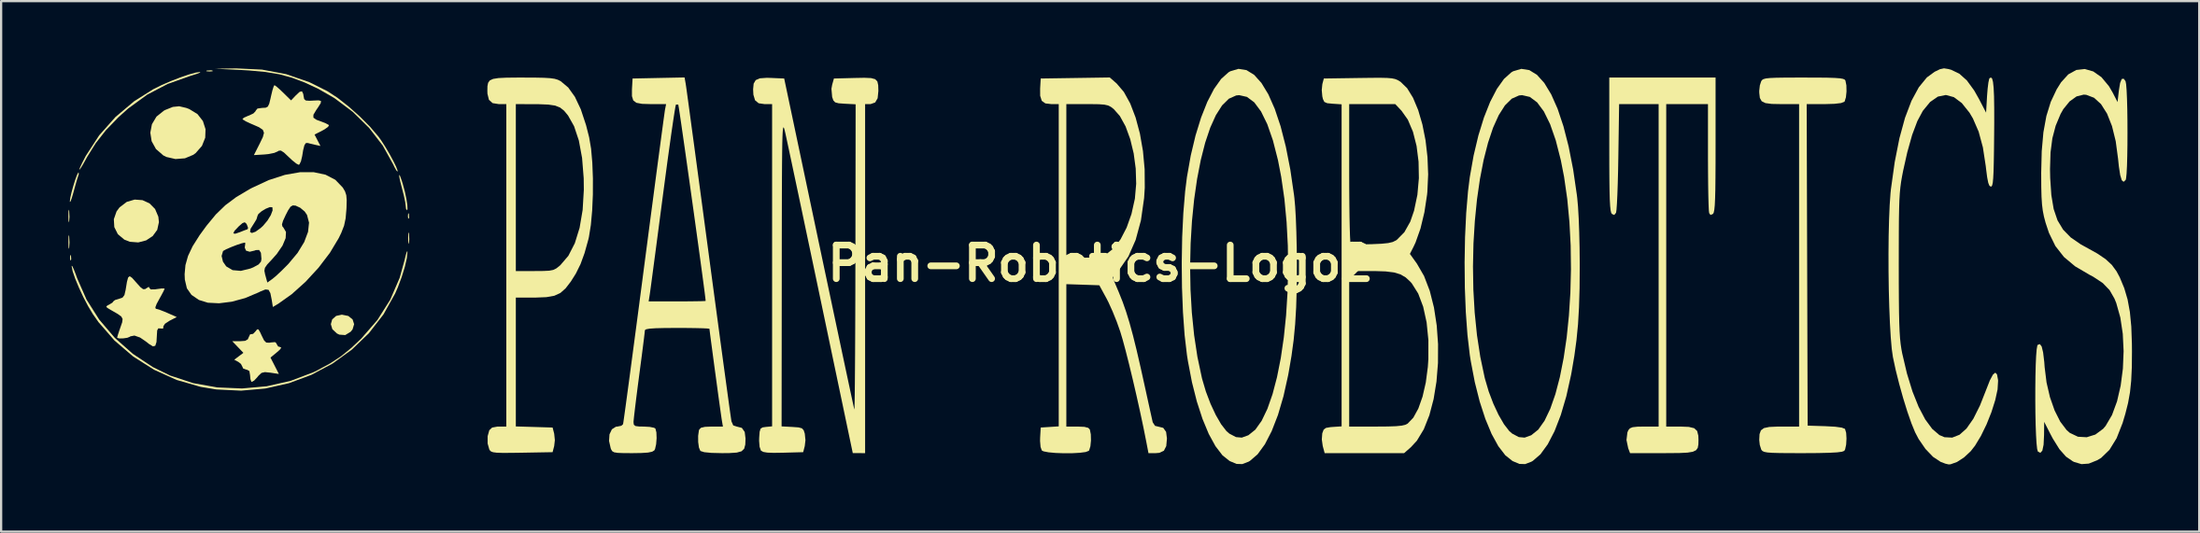
<source format=kicad_pcb>
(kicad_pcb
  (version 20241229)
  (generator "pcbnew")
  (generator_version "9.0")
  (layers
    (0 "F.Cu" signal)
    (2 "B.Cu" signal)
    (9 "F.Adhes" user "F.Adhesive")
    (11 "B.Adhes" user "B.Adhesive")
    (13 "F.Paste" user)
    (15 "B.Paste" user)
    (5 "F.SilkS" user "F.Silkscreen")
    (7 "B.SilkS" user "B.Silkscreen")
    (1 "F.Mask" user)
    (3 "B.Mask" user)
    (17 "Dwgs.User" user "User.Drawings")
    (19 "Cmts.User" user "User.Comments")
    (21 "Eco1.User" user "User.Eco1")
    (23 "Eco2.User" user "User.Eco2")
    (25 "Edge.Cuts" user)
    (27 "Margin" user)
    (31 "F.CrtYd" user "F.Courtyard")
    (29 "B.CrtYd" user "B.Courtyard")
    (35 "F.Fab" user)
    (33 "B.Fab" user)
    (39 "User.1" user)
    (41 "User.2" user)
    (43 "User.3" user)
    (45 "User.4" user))
  (footprint "Pan-Robotics-Logo2"
    (layer "F.Cu")
    (at 46.033 8.709)
    (property "Reference" "Pan-Robotics-Logo2" (at 0 0 0) (layer "F.SilkS") (effects (font (size 1.5 1.5) (thickness 0.3))))
    (attr board_only exclude_from_pos_files exclude_from_bom)
    (fp_poly (pts (xy -45.918 -0.36) (xy -45.907 -0.186) (xy -45.918 -0.148) (xy -45.949 -0.138) (xy -45.961 -0.254) (xy -45.947 -0.374)) (stroke (width 0) (type solid)) (fill yes) (layer "F.SilkS"))
    (fp_poly (pts (xy -30.847 -2.223) (xy -30.836 -2.049) (xy -30.847 -2.011) (xy -30.878 -2) (xy -30.89 -2.117) (xy -30.877 -2.237)) (stroke (width 0) (type solid)) (fill yes) (layer "F.SilkS"))
    (fp_poly (pts (xy -45.998 -2.349) (xy -45.984 -2.076) (xy -45.998 -1.884) (xy -46.016 -1.831) (xy -46.029 -1.927) (xy -46.033 -2.117) (xy -46.028 -2.326) (xy -46.014 -2.404)) (stroke (width 0) (type solid)) (fill yes) (layer "F.SilkS"))
    (fp_poly (pts (xy -39.601 -8.607) (xy -39.598 -8.579) (xy -39.731 -8.568) (xy -39.751 -8.568) (xy -39.882 -8.58) (xy -39.87 -8.606) (xy -39.855 -8.61) (xy -39.671 -8.622)) (stroke (width 0) (type solid)) (fill yes) (layer "F.SilkS"))
    (fp_poly (pts (xy -30.843 -1.332) (xy -30.829 -1.082) (xy -30.844 -0.909) (xy -30.864 -0.875) (xy -30.876 -0.986) (xy -30.879 -1.143) (xy -30.873 -1.335) (xy -30.858 -1.391)) (stroke (width 0) (type solid)) (fill yes) (layer "F.SilkS"))
    (fp_poly (pts (xy -45.998 -1.207) (xy -45.997 -1.205) (xy -45.983 -0.929) (xy -45.998 -0.697) (xy -46.016 -0.65) (xy -46.028 -0.751) (xy -46.032 -0.974) (xy -46.027 -1.191) (xy -46.015 -1.275)) (stroke (width 0) (type solid)) (fill yes) (layer "F.SilkS"))
    (fp_poly (pts (xy -33.546 2.345) (xy -33.357 2.499) (xy -33.289 2.711) (xy -33.359 2.944) (xy -33.443 3.048) (xy -33.685 3.197) (xy -33.948 3.178) (xy -34.056 3.126) (xy -34.261 2.934) (xy -34.327 2.71) (xy -34.267 2.497) (xy -34.092 2.342) (xy -33.836 2.286)) (stroke (width 0) (type solid)) (fill yes) (layer "F.SilkS"))
    (fp_poly (pts (xy -45.567 -4) (xy -45.591 -3.916) (xy -45.642 -3.763) (xy -45.718 -3.501) (xy -45.804 -3.187) (xy -45.807 -3.175) (xy -45.882 -2.917) (xy -45.939 -2.765) (xy -45.968 -2.747) (xy -45.969 -2.764) (xy -45.949 -2.925) (xy -45.893 -3.17) (xy -45.815 -3.453) (xy -45.73 -3.727) (xy -45.65 -3.944) (xy -45.592 -4.057) (xy -45.581 -4.064)) (stroke (width 0) (type solid)) (fill yes) (layer "F.SilkS"))
    (fp_poly (pts (xy -31.239 -3.902) (xy -31.164 -3.693) (xy -31.118 -3.543) (xy -31.027 -3.206) (xy -30.958 -2.882) (xy -30.917 -2.608) (xy -30.91 -2.425) (xy -30.934 -2.371) (xy -30.976 -2.443) (xy -30.988 -2.563) (xy -31.01 -2.739) (xy -31.068 -3.018) (xy -31.15 -3.34) (xy -31.151 -3.345) (xy -31.235 -3.671) (xy -31.277 -3.88) (xy -31.277 -3.96)) (stroke (width 0) (type solid)) (fill yes) (layer "F.SilkS"))
    (fp_poly (pts (xy -42.728 -2.825) (xy -42.413 -2.681) (xy -42.167 -2.431) (xy -42.021 -2.088) (xy -41.995 -1.843) (xy -42.07 -1.5) (xy -42.272 -1.223) (xy -42.566 -1.029) (xy -42.917 -0.938) (xy -43.29 -0.967) (xy -43.539 -1.064) (xy -43.827 -1.306) (xy -43.985 -1.622) (xy -44.006 -1.974) (xy -43.885 -2.322) (xy -43.752 -2.502) (xy -43.429 -2.748) (xy -43.077 -2.851)) (stroke (width 0) (type solid)) (fill yes) (layer "F.SilkS"))
    (fp_poly (pts (xy -40.779 -6.943) (xy -40.641 -6.891) (xy -40.275 -6.666) (xy -40.033 -6.356) (xy -39.917 -5.994) (xy -39.93 -5.612) (xy -40.076 -5.246) (xy -40.357 -4.926) (xy -40.462 -4.849) (xy -40.835 -4.693) (xy -41.257 -4.66) (xy -41.662 -4.753) (xy -41.8 -4.822) (xy -42.127 -5.107) (xy -42.32 -5.457) (xy -42.379 -5.837) (xy -42.307 -6.214) (xy -42.105 -6.553) (xy -41.774 -6.819) (xy -41.709 -6.853) (xy -41.374 -6.987) (xy -41.091 -7.016)) (stroke (width 0) (type solid)) (fill yes) (layer "F.SilkS"))
    (fp_poly (pts (xy -40.157 -8.522) (xy -40.29 -8.467) (xy -40.532 -8.389) (xy -40.589 -8.373) (xy -41.603 -8.013) (xy -42.518 -7.534) (xy -43.366 -6.916) (xy -43.802 -6.525) (xy -44.359 -5.947) (xy -44.809 -5.375) (xy -45.202 -4.745) (xy -45.267 -4.625) (xy -45.404 -4.382) (xy -45.504 -4.223) (xy -45.548 -4.18) (xy -45.549 -4.184) (xy -45.511 -4.291) (xy -45.411 -4.503) (xy -45.269 -4.777) (xy -45.245 -4.819) (xy -44.658 -5.72) (xy -43.936 -6.534) (xy -43.101 -7.239) (xy -42.249 -7.776) (xy -41.881 -7.958) (xy -41.466 -8.138) (xy -41.046 -8.302) (xy -40.659 -8.434) (xy -40.347 -8.52) (xy -40.159 -8.545)) (stroke (width 0) (type solid)) (fill yes) (layer "F.SilkS"))
    (fp_poly (pts (xy -37.4 -8.652) (xy -36.32 -8.449) (xy -35.29 -8.093) (xy -34.482 -7.69) (xy -34.031 -7.395) (xy -33.535 -7.005) (xy -33.037 -6.561) (xy -32.581 -6.103) (xy -32.211 -5.671) (xy -32.092 -5.507) (xy -31.899 -5.207) (xy -31.71 -4.886) (xy -31.544 -4.579) (xy -31.418 -4.322) (xy -31.352 -4.149) (xy -31.35 -4.097) (xy -31.401 -4.145) (xy -31.492 -4.307) (xy -31.546 -4.421) (xy -32.01 -5.258) (xy -32.618 -6.047) (xy -33.346 -6.763) (xy -34.171 -7.382) (xy -34.882 -7.791) (xy -35.496 -8.078) (xy -36.064 -8.292) (xy -36.633 -8.445) (xy -37.254 -8.548) (xy -37.973 -8.614) (xy -38.312 -8.634) (xy -39.497 -8.692) (xy -38.552 -8.707)) (stroke (width 0) (type solid)) (fill yes) (layer "F.SilkS"))
    (fp_poly (pts (xy -37.555 2.945) (xy -37.481 3.07) (xy -37.412 3.22) (xy -37.304 3.437) (xy -37.207 3.532) (xy -37.073 3.539) (xy -36.999 3.526) (xy -36.813 3.511) (xy -36.747 3.575) (xy -36.745 3.6) (xy -36.676 3.707) (xy -36.597 3.728) (xy -36.537 3.757) (xy -36.603 3.851) (xy -36.734 3.966) (xy -37.019 4.202) (xy -36.832 4.567) (xy -36.646 4.932) (xy -37.025 4.875) (xy -37.269 4.85) (xy -37.42 4.886) (xy -37.551 5.008) (xy -37.608 5.079) (xy -37.75 5.23) (xy -37.854 5.287) (xy -37.871 5.28) (xy -37.915 5.16) (xy -37.931 4.981) (xy -37.961 4.802) (xy -38.071 4.742) (xy -38.1 4.741) (xy -38.237 4.69) (xy -38.269 4.617) (xy -38.337 4.485) (xy -38.452 4.395) (xy -38.636 4.297) (xy -38.432 4.143) (xy -38.228 3.99) (xy -38.476 3.73) (xy -38.724 3.471) (xy -38.38 3.471) (xy -38.148 3.454) (xy -38.031 3.387) (xy -37.986 3.285) (xy -37.928 3.163) (xy -37.878 3.157) (xy -37.793 3.142) (xy -37.695 3.04) (xy -37.616 2.942)) (stroke (width 0) (type solid)) (fill yes) (layer "F.SilkS"))
    (fp_poly (pts (xy -30.91 -0.52) (xy -30.938 -0.236) (xy -31.028 0.154) (xy -31.167 0.604) (xy -31.34 1.067) (xy -31.459 1.341) (xy -31.981 2.276) (xy -32.631 3.114) (xy -33.393 3.848) (xy -34.252 4.469) (xy -35.191 4.97) (xy -36.194 5.344) (xy -37.247 5.582) (xy -38.332 5.678) (xy -39.435 5.624) (xy -40.132 5.509) (xy -41.203 5.2) (xy -42.213 4.744) (xy -43.142 4.155) (xy -43.974 3.443) (xy -44.689 2.622) (xy -44.943 2.258) (xy -45.155 1.904) (xy -45.368 1.498) (xy -45.564 1.077) (xy -45.728 0.682) (xy -45.842 0.351) (xy -45.888 0.123) (xy -45.888 0.109) (xy -45.863 0.113) (xy -45.796 0.252) (xy -45.7 0.499) (xy -45.644 0.656) (xy -45.224 1.612) (xy -44.658 2.506) (xy -43.965 3.319) (xy -43.162 4.032) (xy -42.268 4.625) (xy -41.494 5.004) (xy -40.47 5.342) (xy -39.392 5.534) (xy -38.288 5.58) (xy -37.187 5.482) (xy -36.119 5.241) (xy -35.11 4.858) (xy -34.944 4.778) (xy -34.361 4.463) (xy -33.87 4.141) (xy -33.406 3.764) (xy -32.968 3.35) (xy -32.25 2.523) (xy -31.678 1.617) (xy -31.257 0.642) (xy -31.044 -0.127) (xy -30.983 -0.384) (xy -30.936 -0.529) (xy -30.912 -0.539)) (stroke (width 0) (type solid)) (fill yes) (layer "F.SilkS"))
    (fp_poly (pts (xy 31.969 -8.296) (xy 32.427 -8.291) (xy 32.757 -8.28) (xy 32.981 -8.263) (xy 33.12 -8.238) (xy 33.194 -8.203) (xy 33.223 -8.163) (xy 33.266 -7.949) (xy 33.272 -7.678) (xy 33.246 -7.418) (xy 33.191 -7.238) (xy 33.172 -7.214) (xy 33.028 -7.159) (xy 32.733 -7.125) (xy 32.306 -7.112) (xy 32.283 -7.112) (xy 31.495 -7.112) (xy 31.517 0.064) (xy 31.538 7.239) (xy 32.34 7.264) (xy 32.768 7.288) (xy 33.06 7.328) (xy 33.201 7.383) (xy 33.206 7.391) (xy 33.256 7.561) (xy 33.271 7.815) (xy 33.256 8.083) (xy 33.211 8.295) (xy 33.172 8.365) (xy 33.073 8.403) (xy 32.855 8.432) (xy 32.503 8.451) (xy 32.008 8.463) (xy 31.357 8.467) (xy 31.313 8.467) (xy 30.723 8.466) (xy 30.28 8.462) (xy 29.961 8.453) (xy 29.744 8.437) (xy 29.607 8.411) (xy 29.526 8.375) (xy 29.48 8.326) (xy 29.467 8.303) (xy 29.403 8.099) (xy 29.379 7.874) (xy 29.393 7.619) (xy 29.454 7.449) (xy 29.59 7.348) (xy 29.828 7.298) (xy 30.199 7.282) (xy 30.356 7.281) (xy 31.157 7.281) (xy 31.157 0.085) (xy 31.157 -7.112) (xy 30.356 -7.112) (xy 29.936 -7.12) (xy 29.656 -7.157) (xy 29.489 -7.24) (xy 29.407 -7.385) (xy 29.381 -7.609) (xy 29.379 -7.705) (xy 29.407 -7.951) (xy 29.467 -8.134) (xy 29.505 -8.188) (xy 29.569 -8.229) (xy 29.68 -8.258) (xy 29.861 -8.277) (xy 30.133 -8.289) (xy 30.519 -8.295) (xy 31.042 -8.297) (xy 31.363 -8.297)) (stroke (width 0) (type solid)) (fill yes) (layer "F.SilkS"))
    (fp_poly (pts (xy -43.194 0.641) (xy -43.031 0.823) (xy -43.009 0.848) (xy -42.822 1.056) (xy -42.701 1.148) (xy -42.609 1.145) (xy -42.554 1.108) (xy -42.446 1.043) (xy -42.418 1.098) (xy -42.359 1.159) (xy -42.17 1.157) (xy -42.079 1.143) (xy -41.869 1.116) (xy -41.75 1.119) (xy -41.741 1.127) (xy -41.779 1.218) (xy -41.877 1.405) (xy -41.951 1.537) (xy -42.096 1.805) (xy -42.155 1.958) (xy -42.134 2.024) (xy -42.09 2.032) (xy -41.976 2.064) (xy -41.764 2.146) (xy -41.608 2.212) (xy -41.2 2.393) (xy -41.52 2.557) (xy -41.724 2.691) (xy -41.8 2.809) (xy -41.796 2.832) (xy -41.812 2.91) (xy -41.916 2.902) (xy -42.023 2.898) (xy -42.072 2.988) (xy -42.085 3.186) (xy -42.104 3.509) (xy -42.158 3.676) (xy -42.264 3.7) (xy -42.44 3.592) (xy -42.545 3.507) (xy -42.835 3.307) (xy -43.086 3.219) (xy -43.269 3.254) (xy -43.291 3.272) (xy -43.402 3.317) (xy -43.581 3.344) (xy -43.756 3.348) (xy -43.854 3.323) (xy -43.858 3.313) (xy -43.832 3.209) (xy -43.764 3.001) (xy -43.711 2.85) (xy -43.634 2.627) (xy -43.615 2.48) (xy -43.674 2.368) (xy -43.835 2.252) (xy -44.119 2.089) (xy -44.126 2.085) (xy -44.303 1.979) (xy -44.346 1.918) (xy -44.269 1.863) (xy -44.217 1.839) (xy -44.072 1.751) (xy -44.027 1.691) (xy -43.954 1.633) (xy -43.781 1.581) (xy -43.62 1.526) (xy -43.533 1.41) (xy -43.48 1.18) (xy -43.478 1.168) (xy -43.421 0.82) (xy -43.368 0.626) (xy -43.299 0.571)) (stroke (width 0) (type solid)) (fill yes) (layer "F.SilkS"))
    (fp_poly (pts (xy 27.432 -5.302) (xy 27.431 -4.485) (xy 27.427 -3.822) (xy 27.421 -3.297) (xy 27.41 -2.896) (xy 27.396 -2.602) (xy 27.376 -2.401) (xy 27.351 -2.277) (xy 27.321 -2.215) (xy 27.315 -2.21) (xy 27.206 -2.163) (xy 27.146 -2.248) (xy 27.132 -2.366) (xy 27.12 -2.63) (xy 27.109 -3.017) (xy 27.101 -3.504) (xy 27.096 -4.067) (xy 27.093 -4.685) (xy 27.093 -4.748) (xy 27.093 -7.112) (xy 26.162 -7.112) (xy 25.231 -7.112) (xy 25.231 0.085) (xy 25.231 7.281) (xy 25.863 7.281) (xy 26.24 7.296) (xy 26.479 7.354) (xy 26.61 7.478) (xy 26.663 7.69) (xy 26.67 7.874) (xy 26.665 8.079) (xy 26.637 8.231) (xy 26.561 8.337) (xy 26.417 8.405) (xy 26.182 8.444) (xy 25.833 8.461) (xy 25.347 8.466) (xy 25.056 8.467) (xy 23.618 8.467) (xy 23.535 8.249) (xy 23.458 7.881) (xy 23.499 7.543) (xy 23.54 7.445) (xy 23.611 7.359) (xy 23.733 7.309) (xy 23.949 7.286) (xy 24.26 7.281) (xy 24.892 7.281) (xy 24.892 0.085) (xy 24.892 -7.112) (xy 24.011 -7.112) (xy 23.13 -7.112) (xy 23.095 -4.763) (xy 23.084 -4.142) (xy 23.069 -3.572) (xy 23.052 -3.076) (xy 23.033 -2.678) (xy 23.013 -2.4) (xy 22.994 -2.266) (xy 22.993 -2.263) (xy 22.912 -2.163) (xy 22.808 -2.21) (xy 22.776 -2.263) (xy 22.75 -2.376) (xy 22.73 -2.564) (xy 22.714 -2.841) (xy 22.703 -3.224) (xy 22.696 -3.727) (xy 22.692 -4.367) (xy 22.691 -5.158) (xy 22.691 -5.302) (xy 22.691 -8.297) (xy 25.061 -8.297) (xy 27.432 -8.297)) (stroke (width 0) (type solid)) (fill yes) (layer "F.SilkS"))
    (fp_poly (pts (xy -36.761 -7.904) (xy -36.599 -7.763) (xy -36.447 -7.618) (xy -36.101 -7.278) (xy -35.9 -7.491) (xy -35.721 -7.659) (xy -35.615 -7.685) (xy -35.559 -7.569) (xy -35.544 -7.474) (xy -35.517 -7.337) (xy -35.444 -7.273) (xy -35.28 -7.261) (xy -35.106 -7.27) (xy -34.874 -7.28) (xy -34.767 -7.253) (xy -34.777 -7.16) (xy -34.895 -6.97) (xy -34.981 -6.845) (xy -35.105 -6.637) (xy -35.105 -6.507) (xy -34.966 -6.411) (xy -34.794 -6.349) (xy -34.572 -6.264) (xy -34.43 -6.188) (xy -34.41 -6.169) (xy -34.453 -6.095) (xy -34.608 -5.985) (xy -34.711 -5.928) (xy -35.054 -5.753) (xy -34.923 -5.499) (xy -34.791 -5.244) (xy -35.027 -5.296) (xy -35.236 -5.345) (xy -35.362 -5.378) (xy -35.445 -5.371) (xy -35.507 -5.274) (xy -35.562 -5.057) (xy -35.605 -4.794) (xy -35.659 -4.564) (xy -35.727 -4.423) (xy -35.761 -4.403) (xy -35.87 -4.459) (xy -36.05 -4.604) (xy -36.212 -4.756) (xy -36.42 -4.952) (xy -36.553 -5.037) (xy -36.65 -5.032) (xy -36.697 -5) (xy -36.852 -4.934) (xy -37.109 -4.882) (xy -37.293 -4.864) (xy -37.759 -4.836) (xy -37.497 -5.355) (xy -37.36 -5.64) (xy -37.309 -5.83) (xy -37.361 -5.965) (xy -37.533 -6.081) (xy -37.843 -6.217) (xy -37.899 -6.24) (xy -38.116 -6.341) (xy -38.249 -6.423) (xy -38.269 -6.449) (xy -38.197 -6.51) (xy -38.02 -6.588) (xy -37.973 -6.604) (xy -37.779 -6.697) (xy -37.68 -6.803) (xy -37.677 -6.822) (xy -37.599 -6.915) (xy -37.392 -6.943) (xy -37.234 -6.951) (xy -37.138 -7.001) (xy -37.075 -7.131) (xy -37.014 -7.381) (xy -36.999 -7.451) (xy -36.936 -7.717) (xy -36.878 -7.9) (xy -36.843 -7.959)) (stroke (width 0) (type solid)) (fill yes) (layer "F.SilkS"))
    (fp_poly (pts (xy -25.222 -8.295) (xy -24.828 -8.287) (xy -24.546 -8.27) (xy -24.347 -8.242) (xy -24.203 -8.199) (xy -24.085 -8.14) (xy -24.076 -8.135) (xy -23.741 -7.854) (xy -23.444 -7.44) (xy -23.18 -6.883) (xy -22.945 -6.173) (xy -22.807 -5.63) (xy -22.721 -5.125) (xy -22.666 -4.5) (xy -22.639 -3.8) (xy -22.641 -3.073) (xy -22.672 -2.363) (xy -22.731 -1.717) (xy -22.817 -1.181) (xy -22.843 -1.068) (xy -23.012 -0.462) (xy -23.19 0.027) (xy -23.399 0.451) (xy -23.624 0.808) (xy -23.857 1.111) (xy -24.088 1.316) (xy -24.359 1.441) (xy -24.711 1.504) (xy -25.184 1.523) (xy -25.252 1.524) (xy -26.077 1.524) (xy -26.077 4.4) (xy -26.077 7.275) (xy -25.257 7.299) (xy -24.437 7.324) (xy -24.366 7.599) (xy -24.336 7.887) (xy -24.366 8.149) (xy -24.437 8.424) (xy -25.803 8.448) (xy -26.315 8.455) (xy -26.683 8.456) (xy -26.933 8.447) (xy -27.092 8.426) (xy -27.185 8.391) (xy -27.238 8.339) (xy -27.259 8.305) (xy -27.335 8.034) (xy -27.335 7.713) (xy -27.26 7.445) (xy -27.135 7.326) (xy -26.904 7.283) (xy -26.836 7.281) (xy -26.501 7.281) (xy -26.501 0.085) (xy -26.501 -7.112) (xy -26.077 -7.112) (xy -26.077 -3.387) (xy -26.077 0.339) (xy -25.234 0.339) (xy -24.846 0.336) (xy -24.585 0.323) (xy -24.409 0.289) (xy -24.274 0.223) (xy -24.139 0.118) (xy -24.091 0.076) (xy -23.733 -0.343) (xy -23.446 -0.903) (xy -23.233 -1.589) (xy -23.097 -2.388) (xy -23.044 -3.283) (xy -23.05 -3.802) (xy -23.122 -4.708) (xy -23.266 -5.486) (xy -23.479 -6.125) (xy -23.748 -6.603) (xy -23.923 -6.815) (xy -24.102 -6.958) (xy -24.324 -7.046) (xy -24.627 -7.091) (xy -25.049 -7.108) (xy -25.209 -7.109) (xy -26.077 -7.112) (xy -26.501 -7.112) (xy -26.836 -7.112) (xy -27.113 -7.156) (xy -27.276 -7.304) (xy -27.343 -7.576) (xy -27.347 -7.705) (xy -27.343 -7.911) (xy -27.313 -8.063) (xy -27.237 -8.169) (xy -27.09 -8.237) (xy -26.852 -8.275) (xy -26.498 -8.292) (xy -26.008 -8.297) (xy -25.757 -8.297)) (stroke (width 0) (type solid)) (fill yes) (layer "F.SilkS"))
    (fp_poly (pts (xy 6.509 -8.63) (xy 6.852 -8.418) (xy 7.178 -8.055) (xy 7.486 -7.547) (xy 7.771 -6.901) (xy 8.032 -6.122) (xy 8.264 -5.217) (xy 8.465 -4.192) (xy 8.631 -3.053) (xy 8.647 -2.921) (xy 8.682 -2.532) (xy 8.712 -2.011) (xy 8.735 -1.391) (xy 8.751 -0.711) (xy 8.758 -0.005) (xy 8.758 0.127) (xy 8.751 1.105) (xy 8.726 1.954) (xy 8.681 2.714) (xy 8.613 3.424) (xy 8.518 4.125) (xy 8.393 4.855) (xy 8.369 4.988) (xy 8.16 5.928) (xy 7.914 6.764) (xy 7.635 7.483) (xy 7.331 8.072) (xy 7.005 8.52) (xy 6.664 8.813) (xy 6.598 8.851) (xy 6.321 8.956) (xy 6.067 8.948) (xy 5.766 8.822) (xy 5.758 8.818) (xy 5.438 8.563) (xy 5.126 8.155) (xy 4.827 7.609) (xy 4.549 6.94) (xy 4.297 6.165) (xy 4.078 5.299) (xy 3.898 4.358) (xy 3.855 4.084) (xy 3.75 3.19) (xy 3.677 2.175) (xy 3.634 1.081) (xy 3.624 0.135) (xy 3.996 0.135) (xy 4.014 1.168) (xy 4.073 2.194) (xy 4.175 3.199) (xy 4.322 4.169) (xy 4.517 5.089) (xy 4.531 5.148) (xy 4.698 5.714) (xy 4.906 6.262) (xy 5.139 6.761) (xy 5.38 7.178) (xy 5.615 7.481) (xy 5.749 7.597) (xy 6.042 7.751) (xy 6.301 7.774) (xy 6.589 7.67) (xy 6.598 7.665) (xy 6.905 7.419) (xy 7.188 7.021) (xy 7.444 6.487) (xy 7.673 5.832) (xy 7.872 5.073) (xy 8.04 4.225) (xy 8.175 3.304) (xy 8.276 2.325) (xy 8.34 1.305) (xy 8.367 0.259) (xy 8.354 -0.797) (xy 8.299 -1.846) (xy 8.202 -2.875) (xy 8.059 -3.865) (xy 7.914 -4.614) (xy 7.689 -5.494) (xy 7.437 -6.218) (xy 7.159 -6.784) (xy 6.857 -7.19) (xy 6.532 -7.433) (xy 6.185 -7.512) (xy 6.05 -7.498) (xy 5.725 -7.353) (xy 5.423 -7.055) (xy 5.145 -6.618) (xy 4.892 -6.057) (xy 4.667 -5.386) (xy 4.472 -4.619) (xy 4.308 -3.772) (xy 4.176 -2.858) (xy 4.079 -1.893) (xy 4.019 -0.89) (xy 3.996 0.135) (xy 3.624 0.135) (xy 3.623 -0.048) (xy 3.642 -1.17) (xy 3.693 -2.243) (xy 3.775 -3.223) (xy 3.854 -3.853) (xy 4.025 -4.819) (xy 4.238 -5.711) (xy 4.486 -6.514) (xy 4.763 -7.212) (xy 5.063 -7.791) (xy 5.379 -8.235) (xy 5.706 -8.529) (xy 5.789 -8.578) (xy 6.154 -8.686)) (stroke (width 0) (type solid)) (fill yes) (layer "F.SilkS"))
    (fp_poly (pts (xy 19.124 -8.63) (xy 19.467 -8.418) (xy 19.793 -8.055) (xy 20.101 -7.547) (xy 20.387 -6.901) (xy 20.647 -6.122) (xy 20.879 -5.217) (xy 21.08 -4.192) (xy 21.246 -3.053) (xy 21.262 -2.921) (xy 21.297 -2.532) (xy 21.327 -2.011) (xy 21.35 -1.391) (xy 21.366 -0.711) (xy 21.373 -0.005) (xy 21.373 0.127) (xy 21.366 1.105) (xy 21.341 1.954) (xy 21.297 2.714) (xy 21.228 3.424) (xy 21.133 4.125) (xy 21.009 4.855) (xy 20.984 4.988) (xy 20.775 5.928) (xy 20.529 6.764) (xy 20.251 7.483) (xy 19.946 8.072) (xy 19.62 8.52) (xy 19.28 8.813) (xy 19.213 8.851) (xy 18.936 8.956) (xy 18.682 8.948) (xy 18.382 8.822) (xy 18.374 8.818) (xy 18.054 8.563) (xy 17.741 8.155) (xy 17.442 7.609) (xy 17.164 6.94) (xy 16.912 6.165) (xy 16.693 5.299) (xy 16.513 4.358) (xy 16.47 4.084) (xy 16.366 3.19) (xy 16.292 2.175) (xy 16.249 1.081) (xy 16.24 0.135) (xy 16.612 0.135) (xy 16.629 1.168) (xy 16.688 2.194) (xy 16.79 3.199) (xy 16.938 4.169) (xy 17.132 5.089) (xy 17.147 5.148) (xy 17.313 5.714) (xy 17.521 6.262) (xy 17.754 6.761) (xy 17.996 7.178) (xy 18.23 7.481) (xy 18.364 7.597) (xy 18.658 7.751) (xy 18.916 7.774) (xy 19.205 7.67) (xy 19.214 7.665) (xy 19.521 7.419) (xy 19.803 7.021) (xy 20.059 6.487) (xy 20.288 5.832) (xy 20.487 5.073) (xy 20.655 4.225) (xy 20.791 3.304) (xy 20.891 2.325) (xy 20.956 1.305) (xy 20.982 0.259) (xy 20.969 -0.797) (xy 20.914 -1.846) (xy 20.817 -2.875) (xy 20.675 -3.865) (xy 20.529 -4.614) (xy 20.304 -5.494) (xy 20.052 -6.218) (xy 19.774 -6.784) (xy 19.472 -7.19) (xy 19.147 -7.433) (xy 18.801 -7.512) (xy 18.665 -7.498) (xy 18.34 -7.353) (xy 18.038 -7.055) (xy 17.76 -6.618) (xy 17.507 -6.057) (xy 17.283 -5.386) (xy 17.087 -4.619) (xy 16.923 -3.772) (xy 16.791 -2.858) (xy 16.695 -1.893) (xy 16.634 -0.89) (xy 16.612 0.135) (xy 16.24 0.135) (xy 16.238 -0.048) (xy 16.258 -1.17) (xy 16.309 -2.243) (xy 16.391 -3.223) (xy 16.47 -3.853) (xy 16.641 -4.819) (xy 16.853 -5.711) (xy 17.101 -6.514) (xy 17.378 -7.212) (xy 17.678 -7.791) (xy 17.994 -8.235) (xy 18.321 -8.529) (xy 18.404 -8.578) (xy 18.769 -8.686)) (stroke (width 0) (type solid)) (fill yes) (layer "F.SilkS"))
    (fp_poly (pts (xy -10.233 -8.274) (xy -10.05 -8.225) (xy -9.953 -8.125) (xy -9.915 -7.958) (xy -9.907 -7.71) (xy -9.907 -7.7) (xy -9.94 -7.375) (xy -10.05 -7.186) (xy -10.25 -7.114) (xy -10.304 -7.112) (xy -10.499 -7.112) (xy -10.499 0.677) (xy -10.499 8.467) (xy -10.774 8.466) (xy -11.049 8.466) (xy -12.483 1.629) (xy -12.707 0.562) (xy -12.924 -0.469) (xy -13.131 -1.45) (xy -13.324 -2.369) (xy -13.502 -3.211) (xy -13.661 -3.961) (xy -13.798 -4.608) (xy -13.91 -5.135) (xy -13.995 -5.531) (xy -14.049 -5.781) (xy -14.063 -5.842) (xy -14.089 -5.952) (xy -14.112 -6.033) (xy -14.132 -6.073) (xy -14.149 -6.064) (xy -14.163 -5.996) (xy -14.175 -5.858) (xy -14.185 -5.642) (xy -14.193 -5.337) (xy -14.199 -4.933) (xy -14.204 -4.421) (xy -14.208 -3.791) (xy -14.211 -3.033) (xy -14.213 -2.137) (xy -14.215 -1.094) (xy -14.216 0.107) (xy -14.216 0.398) (xy -14.224 7.273) (xy -13.742 7.298) (xy -13.468 7.318) (xy -13.316 7.359) (xy -13.238 7.446) (xy -13.189 7.599) (xy -13.16 7.887) (xy -13.19 8.149) (xy -13.261 8.424) (xy -14.153 8.448) (xy -14.58 8.454) (xy -14.866 8.443) (xy -15.043 8.412) (xy -15.139 8.359) (xy -15.147 8.349) (xy -15.205 8.186) (xy -15.227 7.914) (xy -15.223 7.775) (xy -15.203 7.513) (xy -15.162 7.376) (xy -15.071 7.318) (xy -14.922 7.297) (xy -14.647 7.271) (xy -14.647 0.079) (xy -14.647 -7.112) (xy -14.983 -7.112) (xy -15.247 -7.15) (xy -15.407 -7.282) (xy -15.482 -7.533) (xy -15.494 -7.773) (xy -15.47 -8.026) (xy -15.378 -8.184) (xy -15.191 -8.264) (xy -14.879 -8.286) (xy -14.682 -8.28) (xy -14.108 -8.255) (xy -12.563 -0.931) (xy -12.333 0.158) (xy -12.112 1.201) (xy -11.904 2.186) (xy -11.71 3.101) (xy -11.534 3.933) (xy -11.377 4.671) (xy -11.242 5.302) (xy -11.133 5.815) (xy -11.051 6.197) (xy -10.999 6.436) (xy -10.98 6.519) (xy -10.974 6.457) (xy -10.968 6.237) (xy -10.962 5.872) (xy -10.956 5.375) (xy -10.951 4.758) (xy -10.946 4.033) (xy -10.942 3.212) (xy -10.938 2.308) (xy -10.935 1.332) (xy -10.933 0.298) (xy -10.932 -0.229) (xy -10.922 -7.104) (xy -11.406 -7.129) (xy -11.681 -7.149) (xy -11.835 -7.19) (xy -11.916 -7.277) (xy -11.969 -7.429) (xy -12.001 -7.797) (xy -11.968 -7.98) (xy -11.89 -8.255) (xy -10.968 -8.279) (xy -10.53 -8.287)) (stroke (width 0) (type solid)) (fill yes) (layer "F.SilkS"))
    (fp_poly (pts (xy 0.72 -8.032) (xy 1.04 -7.657) (xy 1.324 -7.143) (xy 1.565 -6.514) (xy 1.757 -5.797) (xy 1.893 -5.019) (xy 1.968 -4.205) (xy 1.974 -3.383) (xy 1.945 -2.921) (xy 1.803 -1.923) (xy 1.568 -1.052) (xy 1.245 -0.315) (xy 0.834 0.283) (xy 0.827 0.291) (xy 0.537 0.624) (xy 0.82 1.296) (xy 0.986 1.712) (xy 1.141 2.153) (xy 1.293 2.646) (xy 1.448 3.215) (xy 1.614 3.886) (xy 1.798 4.685) (xy 1.904 5.165) (xy 2.021 5.695) (xy 2.127 6.179) (xy 2.217 6.588) (xy 2.285 6.894) (xy 2.324 7.07) (xy 2.329 7.091) (xy 2.432 7.249) (xy 2.567 7.281) (xy 2.797 7.338) (xy 2.925 7.517) (xy 2.963 7.812) (xy 2.932 8.153) (xy 2.827 8.359) (xy 2.629 8.453) (xy 2.463 8.467) (xy 2.139 8.467) (xy 2.037 7.938) (xy 1.91 7.301) (xy 1.762 6.606) (xy 1.602 5.887) (xy 1.437 5.174) (xy 1.274 4.5) (xy 1.122 3.898) (xy 0.987 3.398) (xy 0.882 3.048) (xy 0.725 2.603) (xy 0.54 2.144) (xy 0.357 1.739) (xy 0.269 1.566) (xy -0.054 0.974) (xy -0.789 0.949) (xy -1.524 0.925) (xy -1.524 4.103) (xy -1.524 7.281) (xy -1.025 7.281) (xy -0.719 7.294) (xy -0.546 7.338) (xy -0.475 7.415) (xy -0.432 7.629) (xy -0.425 7.901) (xy -0.451 8.161) (xy -0.506 8.34) (xy -0.525 8.365) (xy -0.661 8.417) (xy -0.92 8.451) (xy -1.258 8.47) (xy -1.633 8.472) (xy -2.001 8.459) (xy -2.318 8.43) (xy -2.541 8.387) (xy -2.619 8.347) (xy -2.674 8.19) (xy -2.696 7.925) (xy -2.693 7.775) (xy -2.667 7.324) (xy -2.265 7.298) (xy -1.863 7.272) (xy -1.863 0.08) (xy -1.863 -7.112) (xy -1.524 -7.112) (xy -1.524 -3.683) (xy -1.524 -0.254) (xy -0.782 -0.254) (xy -0.351 -0.266) (xy -0.043 -0.305) (xy 0.188 -0.379) (xy 0.253 -0.411) (xy 0.586 -0.674) (xy 0.895 -1.079) (xy 1.164 -1.598) (xy 1.38 -2.205) (xy 1.529 -2.872) (xy 1.534 -2.902) (xy 1.591 -3.556) (xy 1.57 -4.237) (xy 1.479 -4.913) (xy 1.325 -5.55) (xy 1.118 -6.117) (xy 0.863 -6.58) (xy 0.59 -6.89) (xy 0.463 -6.988) (xy 0.336 -7.052) (xy 0.17 -7.089) (xy -0.074 -7.107) (xy -0.434 -7.112) (xy -0.599 -7.112) (xy -1.524 -7.112) (xy -1.863 -7.112) (xy -2.191 -7.112) (xy -2.461 -7.144) (xy -2.621 -7.259) (xy -2.691 -7.482) (xy -2.693 -7.804) (xy -2.667 -8.255) (xy -1.127 -8.278) (xy 0.413 -8.301)) (stroke (width 0) (type solid)) (fill yes) (layer "F.SilkS"))
    (fp_poly (pts (xy 12.786 -8.28) (xy 12.994 -8.262) (xy 13.142 -8.231) (xy 13.256 -8.184) (xy 13.363 -8.119) (xy 13.383 -8.106) (xy 13.676 -7.821) (xy 13.939 -7.393) (xy 14.168 -6.846) (xy 14.355 -6.207) (xy 14.496 -5.498) (xy 14.583 -4.746) (xy 14.613 -3.974) (xy 14.578 -3.208) (xy 14.566 -3.081) (xy 14.446 -2.287) (xy 14.271 -1.558) (xy 14.051 -0.937) (xy 13.96 -0.742) (xy 13.799 -0.426) (xy 14.109 0.006) (xy 14.43 0.56) (xy 14.684 1.222) (xy 14.872 1.967) (xy 14.995 2.769) (xy 15.055 3.604) (xy 15.051 4.447) (xy 14.984 5.273) (xy 14.856 6.057) (xy 14.667 6.775) (xy 14.418 7.402) (xy 14.109 7.913) (xy 13.845 8.199) (xy 13.541 8.467) (xy 11.769 8.467) (xy 9.997 8.467) (xy 9.911 8.148) (xy 9.87 7.856) (xy 9.89 7.587) (xy 9.893 7.576) (xy 9.951 7.42) (xy 10.053 7.341) (xy 10.253 7.306) (xy 10.356 7.298) (xy 10.753 7.272) (xy 10.753 0.339) (xy 11.091 0.339) (xy 11.091 3.81) (xy 11.091 7.281) (xy 12.3 7.281) (xy 12.81 7.277) (xy 13.178 7.264) (xy 13.432 7.239) (xy 13.599 7.199) (xy 13.699 7.148) (xy 13.952 6.883) (xy 14.176 6.474) (xy 14.363 5.944) (xy 14.507 5.317) (xy 14.599 4.618) (xy 14.622 4.273) (xy 14.623 3.419) (xy 14.544 2.631) (xy 14.391 1.932) (xy 14.169 1.344) (xy 13.883 0.889) (xy 13.817 0.815) (xy 13.608 0.622) (xy 13.378 0.488) (xy 13.093 0.402) (xy 12.718 0.356) (xy 12.219 0.339) (xy 12.068 0.339) (xy 11.091 0.339) (xy 10.753 0.339) (xy 10.753 0.085) (xy 10.753 -7.103) (xy 10.609 -7.112) (xy 11.091 -7.112) (xy 11.091 -4.036) (xy 11.093 -3.33) (xy 11.098 -2.677) (xy 11.105 -2.098) (xy 11.115 -1.611) (xy 11.127 -1.235) (xy 11.14 -0.99) (xy 11.155 -0.896) (xy 11.261 -0.873) (xy 11.498 -0.858) (xy 11.827 -0.855) (xy 12.107 -0.861) (xy 12.534 -0.88) (xy 12.829 -0.91) (xy 13.031 -0.957) (xy 13.177 -1.028) (xy 13.22 -1.058) (xy 13.553 -1.397) (xy 13.815 -1.864) (xy 13.983 -2.351) (xy 14.133 -3.065) (xy 14.199 -3.805) (xy 14.185 -4.542) (xy 14.096 -5.244) (xy 13.935 -5.879) (xy 13.706 -6.418) (xy 13.424 -6.816) (xy 13.146 -7.112) (xy 12.119 -7.112) (xy 11.091 -7.112) (xy 10.609 -7.112) (xy 10.354 -7.129) (xy 10.11 -7.153) (xy 9.983 -7.209) (xy 9.921 -7.335) (xy 9.892 -7.459) (xy 9.867 -7.74) (xy 9.893 -8.001) (xy 9.895 -8.01) (xy 9.96 -8.255) (xy 11.527 -8.278) (xy 12.08 -8.285) (xy 12.491 -8.287)) (stroke (width 0) (type solid)) (fill yes) (layer "F.SilkS"))
    (fp_poly (pts (xy 37.821 -8.677) (xy 37.942 -8.643) (xy 38.304 -8.469) (xy 38.64 -8.168) (xy 38.965 -7.722) (xy 39.184 -7.334) (xy 39.497 -6.731) (xy 39.539 -7.465) (xy 39.566 -7.804) (xy 39.6 -8.078) (xy 39.636 -8.242) (xy 39.65 -8.267) (xy 39.714 -8.3) (xy 39.766 -8.249) (xy 39.805 -8.101) (xy 39.833 -7.842) (xy 39.851 -7.461) (xy 39.859 -6.944) (xy 39.86 -6.279) (xy 39.856 -5.757) (xy 39.849 -5.059) (xy 39.84 -4.513) (xy 39.829 -4.101) (xy 39.814 -3.805) (xy 39.795 -3.608) (xy 39.769 -3.491) (xy 39.737 -3.438) (xy 39.709 -3.429) (xy 39.646 -3.467) (xy 39.594 -3.597) (xy 39.545 -3.843) (xy 39.495 -4.229) (xy 39.482 -4.343) (xy 39.354 -5.18) (xy 39.165 -5.882) (xy 38.909 -6.472) (xy 38.756 -6.73) (xy 38.412 -7.16) (xy 38.059 -7.423) (xy 37.702 -7.519) (xy 37.347 -7.447) (xy 37.001 -7.208) (xy 36.674 -6.809) (xy 36.43 -6.352) (xy 36.199 -5.737) (xy 35.981 -4.959) (xy 35.797 -4.137) (xy 35.747 -3.88) (xy 35.706 -3.641) (xy 35.674 -3.4) (xy 35.649 -3.135) (xy 35.63 -2.826) (xy 35.618 -2.451) (xy 35.609 -1.99) (xy 35.605 -1.42) (xy 35.603 -0.721) (xy 35.602 0.042) (xy 35.603 0.899) (xy 35.607 1.605) (xy 35.613 2.183) (xy 35.624 2.651) (xy 35.639 3.029) (xy 35.659 3.337) (xy 35.686 3.595) (xy 35.72 3.824) (xy 35.755 4.011) (xy 35.967 4.913) (xy 36.213 5.713) (xy 36.487 6.4) (xy 36.782 6.961) (xy 37.094 7.385) (xy 37.415 7.66) (xy 37.641 7.756) (xy 37.985 7.774) (xy 38.312 7.646) (xy 38.624 7.368) (xy 38.927 6.934) (xy 39.224 6.34) (xy 39.5 5.639) (xy 39.665 5.219) (xy 39.801 4.964) (xy 39.907 4.874) (xy 39.983 4.95) (xy 40.028 5.191) (xy 40.032 5.238) (xy 40.009 5.623) (xy 39.904 6.103) (xy 39.735 6.637) (xy 39.518 7.181) (xy 39.269 7.694) (xy 39.005 8.132) (xy 38.81 8.382) (xy 38.511 8.66) (xy 38.196 8.864) (xy 37.912 8.965) (xy 37.828 8.971) (xy 37.678 8.936) (xy 37.469 8.856) (xy 37.465 8.854) (xy 37.129 8.631) (xy 36.792 8.279) (xy 36.487 7.835) (xy 36.33 7.535) (xy 36.167 7.136) (xy 35.985 6.615) (xy 35.799 6.015) (xy 35.622 5.38) (xy 35.465 4.755) (xy 35.342 4.183) (xy 35.341 4.178) (xy 35.288 3.803) (xy 35.244 3.287) (xy 35.207 2.657) (xy 35.178 1.942) (xy 35.157 1.168) (xy 35.146 0.364) (xy 35.144 -0.442) (xy 35.151 -1.223) (xy 35.169 -1.95) (xy 35.196 -2.597) (xy 35.234 -3.135) (xy 35.253 -3.32) (xy 35.422 -4.528) (xy 35.632 -5.59) (xy 35.881 -6.501) (xy 36.169 -7.259) (xy 36.495 -7.861) (xy 36.856 -8.303) (xy 37.201 -8.555) (xy 37.441 -8.671) (xy 37.62 -8.709)) (stroke (width 0) (type solid)) (fill yes) (layer "F.SilkS"))
    (fp_poly (pts (xy 44.277 -8.57) (xy 44.642 -8.314) (xy 44.975 -7.913) (xy 45.14 -7.631) (xy 45.36 -7.203) (xy 45.417 -7.705) (xy 45.474 -8.054) (xy 45.546 -8.233) (xy 45.634 -8.246) (xy 45.716 -8.136) (xy 45.742 -8.003) (xy 45.764 -7.731) (xy 45.781 -7.349) (xy 45.794 -6.885) (xy 45.801 -6.37) (xy 45.803 -5.83) (xy 45.801 -5.297) (xy 45.793 -4.797) (xy 45.781 -4.361) (xy 45.763 -4.017) (xy 45.74 -3.794) (xy 45.722 -3.726) (xy 45.629 -3.643) (xy 45.548 -3.714) (xy 45.478 -3.944) (xy 45.418 -4.336) (xy 45.383 -4.674) (xy 45.278 -5.457) (xy 45.112 -6.131) (xy 44.892 -6.686) (xy 44.623 -7.111) (xy 44.312 -7.395) (xy 43.963 -7.527) (xy 43.849 -7.535) (xy 43.533 -7.456) (xy 43.221 -7.232) (xy 42.941 -6.887) (xy 42.818 -6.669) (xy 42.6 -6.147) (xy 42.453 -5.588) (xy 42.371 -4.956) (xy 42.348 -4.215) (xy 42.356 -3.81) (xy 42.407 -3.05) (xy 42.511 -2.429) (xy 42.682 -1.924) (xy 42.932 -1.509) (xy 43.274 -1.159) (xy 43.721 -0.851) (xy 43.964 -0.717) (xy 44.461 -0.441) (xy 44.83 -0.19) (xy 45.104 0.064) (xy 45.315 0.352) (xy 45.458 0.62) (xy 45.658 1.1) (xy 45.807 1.605) (xy 45.91 2.167) (xy 45.973 2.819) (xy 46 3.593) (xy 46.003 3.937) (xy 45.996 4.65) (xy 45.968 5.24) (xy 45.915 5.751) (xy 45.829 6.229) (xy 45.706 6.717) (xy 45.585 7.122) (xy 45.318 7.801) (xy 44.998 8.321) (xy 44.626 8.681) (xy 44.453 8.784) (xy 44.077 8.934) (xy 43.753 8.958) (xy 43.424 8.861) (xy 43.363 8.831) (xy 43.059 8.621) (xy 42.766 8.289) (xy 42.471 7.814) (xy 42.359 7.602) (xy 42.088 7.07) (xy 42.082 7.662) (xy 42.061 8.092) (xy 42.006 8.355) (xy 41.917 8.453) (xy 41.808 8.398) (xy 41.774 8.282) (xy 41.746 8.024) (xy 41.724 7.652) (xy 41.707 7.192) (xy 41.696 6.673) (xy 41.691 6.121) (xy 41.692 5.564) (xy 41.698 5.029) (xy 41.71 4.544) (xy 41.728 4.136) (xy 41.753 3.833) (xy 41.783 3.661) (xy 41.796 3.636) (xy 41.895 3.599) (xy 41.976 3.708) (xy 42.04 3.971) (xy 42.091 4.394) (xy 42.108 4.626) (xy 42.193 5.313) (xy 42.345 5.968) (xy 42.552 6.56) (xy 42.803 7.059) (xy 43.087 7.435) (xy 43.231 7.562) (xy 43.594 7.735) (xy 43.985 7.757) (xy 44.371 7.637) (xy 44.716 7.381) (xy 44.827 7.252) (xy 45.112 6.767) (xy 45.337 6.156) (xy 45.499 5.454) (xy 45.598 4.695) (xy 45.63 3.913) (xy 45.593 3.141) (xy 45.484 2.414) (xy 45.302 1.766) (xy 45.222 1.569) (xy 45.004 1.19) (xy 44.702 0.877) (xy 44.279 0.596) (xy 44.111 0.507) (xy 43.468 0.129) (xy 42.969 -0.289) (xy 42.588 -0.776) (xy 42.301 -1.362) (xy 42.149 -1.82) (xy 42.077 -2.093) (xy 42.026 -2.352) (xy 41.991 -2.634) (xy 41.969 -2.975) (xy 41.958 -3.41) (xy 41.955 -3.976) (xy 41.954 -4.022) (xy 41.978 -5.008) (xy 42.053 -5.855) (xy 42.186 -6.582) (xy 42.381 -7.213) (xy 42.643 -7.768) (xy 42.84 -8.084) (xy 43.163 -8.439) (xy 43.521 -8.636) (xy 43.898 -8.679)) (stroke (width 0) (type solid)) (fill yes) (layer "F.SilkS"))
    (fp_poly (pts (xy -34.564 -3.961) (xy -34.126 -3.733) (xy -33.796 -3.388) (xy -33.795 -3.387) (xy -33.695 -3.217) (xy -33.639 -3.047) (xy -33.62 -2.827) (xy -33.628 -2.501) (xy -33.633 -2.413) (xy -33.668 -2.009) (xy -33.737 -1.687) (xy -33.863 -1.363) (xy -33.975 -1.132) (xy -34.369 -0.475) (xy -34.875 0.189) (xy -35.454 0.818) (xy -36.066 1.368) (xy -36.649 1.783) (xy -36.913 1.944) (xy -36.965 1.619) (xy -37.025 1.323) (xy -37.106 1.178) (xy -37.246 1.161) (xy -37.479 1.256) (xy -37.559 1.296) (xy -38.149 1.545) (xy -38.744 1.707) (xy -39.31 1.778) (xy -39.812 1.753) (xy -40.211 1.63) (xy -40.544 1.402) (xy -40.748 1.11) (xy -40.839 0.721) (xy -40.849 0.48) (xy -40.812 0.073) (xy -40.698 -0.331) (xy -40.697 -0.334) (xy -39.199 -0.334) (xy -39.139 -0.079) (xy -38.993 0.131) (xy -38.709 0.299) (xy -38.343 0.331) (xy -38.326 0.327) (xy -37.291 0.327) (xy -37.258 0.496) (xy -37.247 0.533) (xy -37.159 0.852) (xy -36.931 0.689) (xy -36.763 0.549) (xy -36.527 0.328) (xy -36.269 0.07) (xy -36.226 0.026) (xy -35.812 -0.469) (xy -35.516 -0.954) (xy -35.344 -1.41) (xy -35.3 -1.821) (xy -35.391 -2.168) (xy -35.496 -2.32) (xy -35.694 -2.486) (xy -35.899 -2.581) (xy -36.025 -2.591) (xy -36.125 -2.532) (xy -36.232 -2.372) (xy -36.338 -2.167) (xy -36.46 -1.903) (xy -36.507 -1.743) (xy -36.485 -1.647) (xy -36.444 -1.604) (xy -36.328 -1.406) (xy -36.343 -1.13) (xy -36.483 -0.795) (xy -36.739 -0.422) (xy -36.965 -0.168) (xy -37.166 0.047) (xy -37.267 0.194) (xy -37.291 0.327) (xy -38.326 0.327) (xy -37.913 0.226) (xy -37.782 0.172) (xy -37.548 0.043) (xy -37.442 -0.085) (xy -37.423 -0.201) (xy -37.446 -0.475) (xy -37.526 -0.601) (xy -37.674 -0.596) (xy -37.721 -0.576) (xy -37.948 -0.522) (xy -38.111 -0.572) (xy -38.168 -0.71) (xy -38.16 -0.763) (xy -38.142 -0.898) (xy -38.16 -0.931) (xy -38.298 -0.901) (xy -38.521 -0.827) (xy -38.772 -0.73) (xy -38.993 -0.634) (xy -39.124 -0.562) (xy -39.136 -0.55) (xy -39.199 -0.334) (xy -40.697 -0.334) (xy -40.494 -0.764) (xy -40.185 -1.254) (xy -40.122 -1.341) (xy -38.678 -1.341) (xy -38.59 -1.326) (xy -38.386 -1.396) (xy -38.365 -1.404) (xy -37.931 -1.404) (xy -37.85 -1.359) (xy -37.686 -1.416) (xy -37.46 -1.579) (xy -37.35 -1.681) (xy -37.155 -1.913) (xy -37.006 -2.156) (xy -36.925 -2.368) (xy -36.934 -2.502) (xy -36.94 -2.509) (xy -37.048 -2.514) (xy -37.227 -2.443) (xy -37.416 -2.33) (xy -37.556 -2.21) (xy -37.594 -2.137) (xy -37.645 -1.968) (xy -37.761 -1.778) (xy -37.908 -1.545) (xy -37.931 -1.404) (xy -38.365 -1.404) (xy -38.183 -1.477) (xy -38.06 -1.521) (xy -38.047 -1.524) (xy -38.018 -1.585) (xy -38.07 -1.729) (xy -38.097 -1.777) (xy -38.168 -1.838) (xy -38.271 -1.798) (xy -38.435 -1.655) (xy -38.627 -1.451) (xy -38.678 -1.341) (xy -40.122 -1.341) (xy -39.873 -1.682) (xy -39.458 -2.186) (xy -39.032 -2.599) (xy -38.548 -2.961) (xy -37.955 -3.314) (xy -37.846 -3.372) (xy -37.095 -3.721) (xy -36.376 -3.954) (xy -35.704 -4.072) (xy -35.095 -4.074)) (stroke (width 0) (type solid)) (fill yes) (layer "F.SilkS"))
    (fp_poly (pts (xy -18.502 -8.025) (xy -18.483 -7.9) (xy -18.444 -7.621) (xy -18.386 -7.199) (xy -18.311 -6.647) (xy -18.221 -5.978) (xy -18.116 -5.205) (xy -18 -4.34) (xy -17.873 -3.396) (xy -17.737 -2.385) (xy -17.595 -1.321) (xy -17.48 -0.466) (xy -17.334 0.63) (xy -17.193 1.681) (xy -17.059 2.675) (xy -16.935 3.599) (xy -16.821 4.441) (xy -16.719 5.187) (xy -16.632 5.826) (xy -16.561 6.344) (xy -16.507 6.73) (xy -16.472 6.97) (xy -16.46 7.048) (xy -16.379 7.23) (xy -16.224 7.281) (xy -15.997 7.339) (xy -15.869 7.521) (xy -15.833 7.812) (xy -15.843 8.085) (xy -15.893 8.27) (xy -16.009 8.383) (xy -16.22 8.442) (xy -16.554 8.464) (xy -16.877 8.467) (xy -17.346 8.456) (xy -17.67 8.425) (xy -17.838 8.373) (xy -17.848 8.365) (xy -17.91 8.218) (xy -17.944 7.972) (xy -17.946 7.697) (xy -17.913 7.461) (xy -17.898 7.415) (xy -17.82 7.335) (xy -17.642 7.293) (xy -17.344 7.281) (xy -16.841 7.281) (xy -16.888 7.006) (xy -16.91 6.859) (xy -16.949 6.583) (xy -17.002 6.205) (xy -17.064 5.753) (xy -17.131 5.258) (xy -17.201 4.746) (xy -17.268 4.247) (xy -17.329 3.788) (xy -17.381 3.399) (xy -17.419 3.108) (xy -17.439 2.942) (xy -17.441 2.916) (xy -17.521 2.904) (xy -17.743 2.893) (xy -18.08 2.885) (xy -18.503 2.88) (xy -18.881 2.879) (xy -19.436 2.882) (xy -19.84 2.892) (xy -20.11 2.91) (xy -20.264 2.938) (xy -20.32 2.977) (xy -20.321 2.985) (xy -20.332 3.096) (xy -20.362 3.35) (xy -20.409 3.721) (xy -20.468 4.183) (xy -20.538 4.712) (xy -20.575 4.993) (xy -20.648 5.551) (xy -20.713 6.063) (xy -20.766 6.5) (xy -20.805 6.835) (xy -20.826 7.043) (xy -20.828 7.088) (xy -20.813 7.199) (xy -20.74 7.257) (xy -20.568 7.279) (xy -20.367 7.281) (xy -20.102 7.296) (xy -19.911 7.335) (xy -19.852 7.369) (xy -19.808 7.539) (xy -19.798 7.796) (xy -19.819 8.068) (xy -19.867 8.282) (xy -19.9 8.344) (xy -19.996 8.403) (xy -20.182 8.442) (xy -20.486 8.461) (xy -20.883 8.467) (xy -21.277 8.465) (xy -21.535 8.455) (xy -21.69 8.43) (xy -21.776 8.382) (xy -21.825 8.303) (xy -21.846 8.249) (xy -21.92 7.921) (xy -21.899 7.626) (xy -21.792 7.402) (xy -21.614 7.288) (xy -21.547 7.281) (xy -21.371 7.245) (xy -21.295 7.176) (xy -21.279 7.077) (xy -21.243 6.823) (xy -21.188 6.427) (xy -21.117 5.901) (xy -21.03 5.258) (xy -20.93 4.51) (xy -20.819 3.671) (xy -20.697 2.752) (xy -20.567 1.767) (xy -20.558 1.693) (xy -20.153 1.693) (xy -18.882 1.693) (xy -18.44 1.692) (xy -18.064 1.688) (xy -17.785 1.683) (xy -17.632 1.676) (xy -17.611 1.672) (xy -17.623 1.555) (xy -17.655 1.293) (xy -17.706 0.905) (xy -17.772 0.41) (xy -17.851 -0.173) (xy -17.94 -0.825) (xy -18.037 -1.526) (xy -18.138 -2.258) (xy -18.242 -3.001) (xy -18.345 -3.737) (xy -18.445 -4.446) (xy -18.539 -5.11) (xy -18.625 -5.709) (xy -18.699 -6.224) (xy -18.76 -6.637) (xy -18.804 -6.927) (xy -18.83 -7.077) (xy -18.834 -7.093) (xy -18.925 -7.094) (xy -18.938 -7.083) (xy -18.96 -6.99) (xy -19.001 -6.745) (xy -19.059 -6.366) (xy -19.132 -5.868) (xy -19.216 -5.269) (xy -19.311 -4.584) (xy -19.412 -3.83) (xy -19.519 -3.023) (xy -19.524 -2.984) (xy -19.632 -2.164) (xy -19.734 -1.388) (xy -19.828 -0.671) (xy -19.913 -0.033) (xy -19.985 0.509) (xy -20.042 0.936) (xy -20.082 1.231) (xy -20.103 1.376) (xy -20.153 1.693) (xy -20.558 1.693) (xy -20.431 0.729) (xy -20.364 0.212) (xy -20.224 -0.852) (xy -20.091 -1.871) (xy -19.964 -2.831) (xy -19.847 -3.721) (xy -19.74 -4.528) (xy -19.645 -5.237) (xy -19.565 -5.836) (xy -19.501 -6.312) (xy -19.454 -6.653) (xy -19.427 -6.845) (xy -19.421 -6.879) (xy -19.375 -7.112) (xy -20.049 -7.112) (xy -20.444 -7.123) (xy -20.699 -7.17) (xy -20.84 -7.278) (xy -20.898 -7.468) (xy -20.898 -7.763) (xy -20.896 -7.804) (xy -20.87 -8.255) (xy -19.71 -8.279) (xy -18.551 -8.302)) (stroke (width 0) (type solid)) (fill yes) (layer "F.SilkS")))
  (gr_rect
    (start -3 -3)
    (end 95.036 20.68)
    (stroke (width 0.1) (type default))
    (fill no)
    (layer "Edge.Cuts")))
</source>
